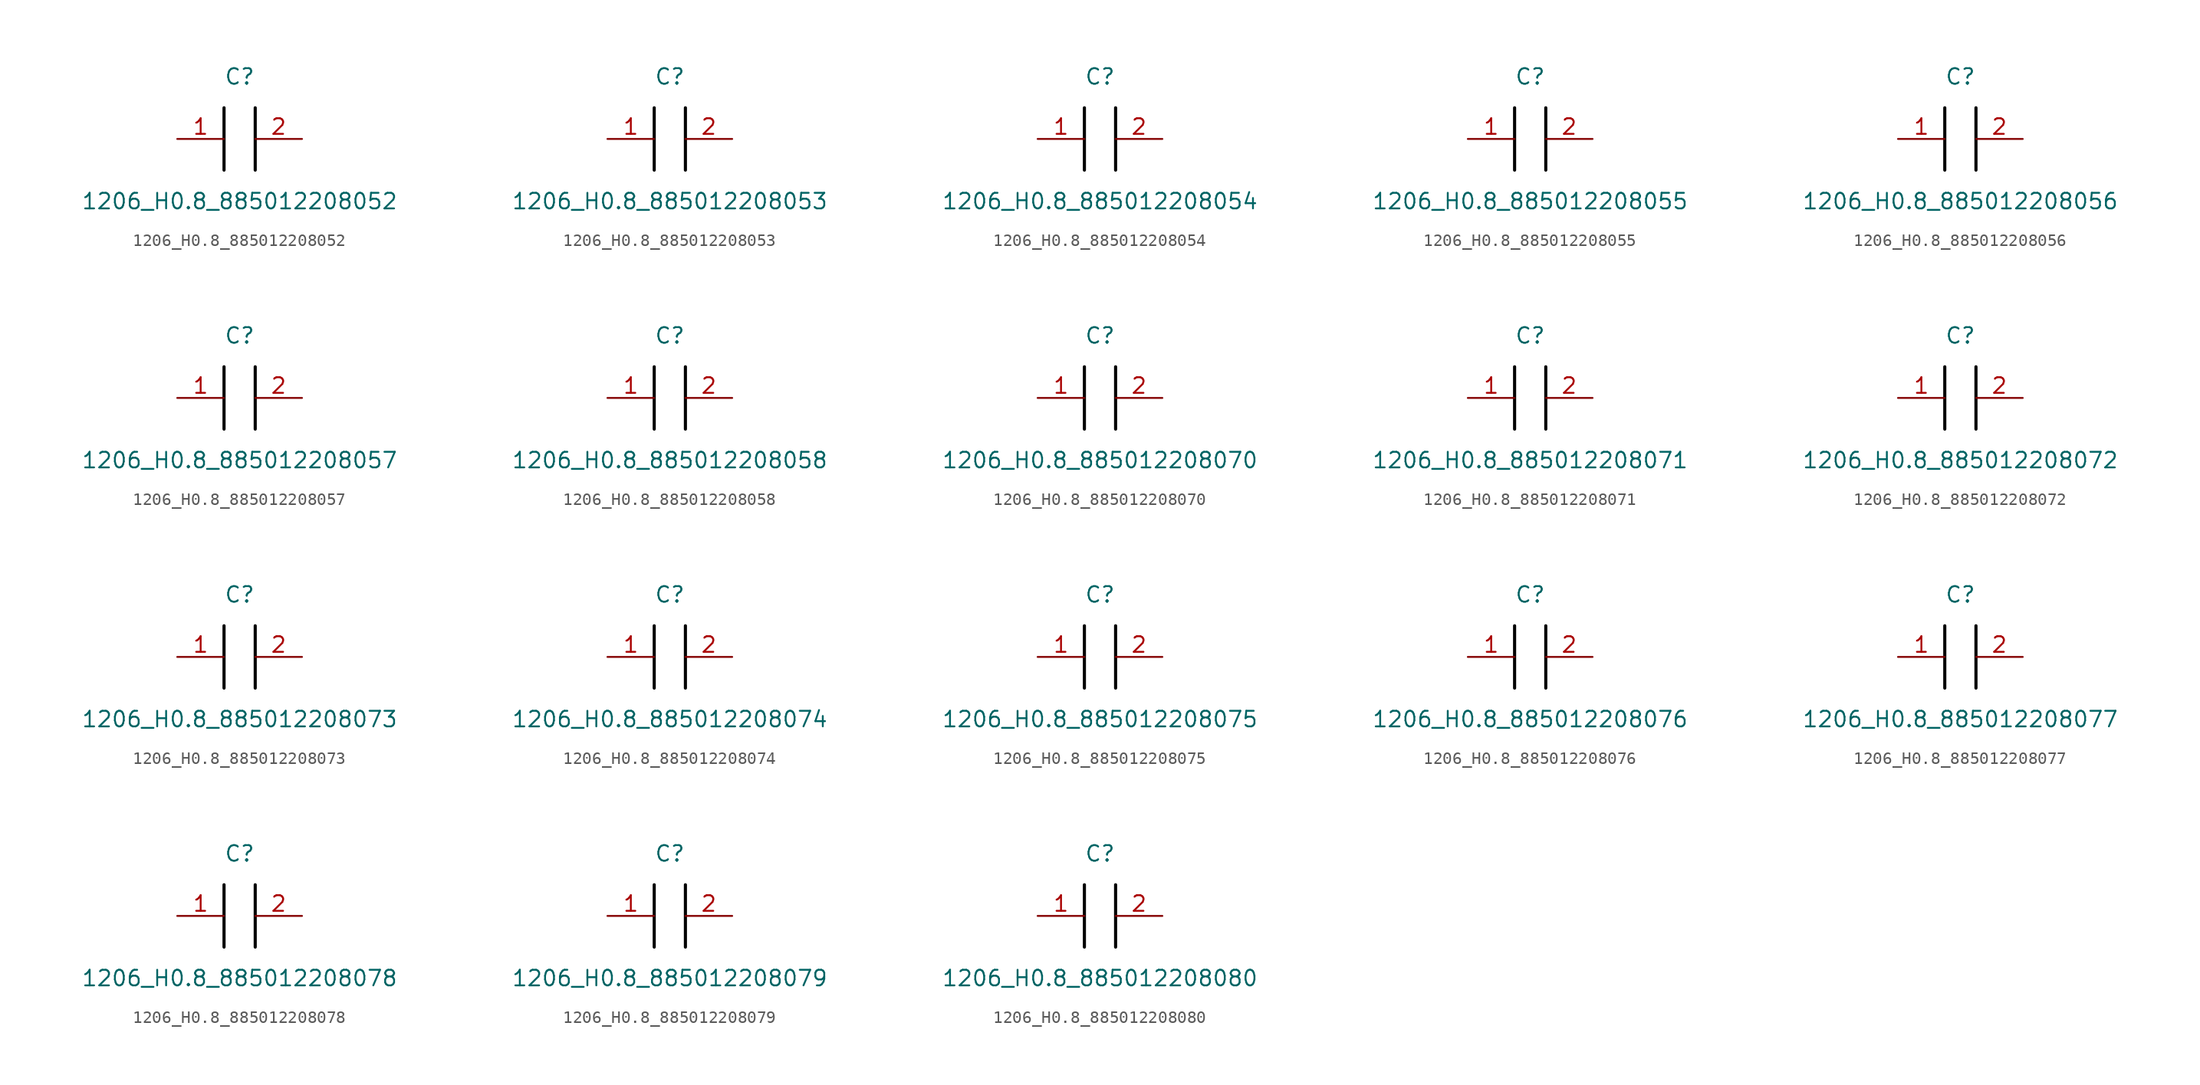
<source format=kicad_sym>
(kicad_symbol_lib
  (version 20220914)
  (generator kicad_symbol_editor)
  (symbol "1206_H0.8_885012208052"
    (pin_names hide)
    (property "Reference" "C"
      (at 0 5.08 0)
      (effects (font (size 1.27 1.27))))
    (property "Value" "1206_H0.8_885012208052"
      (at 0 -5.08 0)
      (effects (font (size 1.27 1.27))))
    (symbol "1206_H0.8_885012208052_1_1"
      (polyline (pts (xy -1.27 2.54) (xy -1.27 -2.54)) (stroke (width 0.254) (type default) (color 0 0 0 1)) (fill (type none)))
      (polyline (pts (xy 1.27 2.54) (xy 1.27 -2.54)) (stroke (width 0.254) (type default) (color 0 0 0 1)) (fill (type none)))
      (pin passive line (at -5.08 0 0) (length 3.81) (name "1" (effects (font (size 1.27 1.27)))) (number "1" (effects (font (size 1.27 1.27)))))
      (pin passive line (at 5.08 0 180) (length 3.81) (name "2" (effects (font (size 1.27 1.27)))) (number "2" (effects (font (size 1.27 1.27)))))))
  (symbol "1206_H0.8_885012208053"
    (pin_names hide)
    (property "Reference" "C"
      (at 0 5.08 0)
      (effects (font (size 1.27 1.27))))
    (property "Value" "1206_H0.8_885012208053"
      (at 0 -5.08 0)
      (effects (font (size 1.27 1.27))))
    (symbol "1206_H0.8_885012208053_1_1"
      (polyline (pts (xy -1.27 2.54) (xy -1.27 -2.54)) (stroke (width 0.254) (type default) (color 0 0 0 1)) (fill (type none)))
      (polyline (pts (xy 1.27 2.54) (xy 1.27 -2.54)) (stroke (width 0.254) (type default) (color 0 0 0 1)) (fill (type none)))
      (pin passive line (at -5.08 0 0) (length 3.81) (name "1" (effects (font (size 1.27 1.27)))) (number "1" (effects (font (size 1.27 1.27)))))
      (pin passive line (at 5.08 0 180) (length 3.81) (name "2" (effects (font (size 1.27 1.27)))) (number "2" (effects (font (size 1.27 1.27)))))))
  (symbol "1206_H0.8_885012208054"
    (pin_names hide)
    (property "Reference" "C"
      (at 0 5.08 0)
      (effects (font (size 1.27 1.27))))
    (property "Value" "1206_H0.8_885012208054"
      (at 0 -5.08 0)
      (effects (font (size 1.27 1.27))))
    (symbol "1206_H0.8_885012208054_1_1"
      (polyline (pts (xy -1.27 2.54) (xy -1.27 -2.54)) (stroke (width 0.254) (type default) (color 0 0 0 1)) (fill (type none)))
      (polyline (pts (xy 1.27 2.54) (xy 1.27 -2.54)) (stroke (width 0.254) (type default) (color 0 0 0 1)) (fill (type none)))
      (pin passive line (at -5.08 0 0) (length 3.81) (name "1" (effects (font (size 1.27 1.27)))) (number "1" (effects (font (size 1.27 1.27)))))
      (pin passive line (at 5.08 0 180) (length 3.81) (name "2" (effects (font (size 1.27 1.27)))) (number "2" (effects (font (size 1.27 1.27)))))))
  (symbol "1206_H0.8_885012208055"
    (pin_names hide)
    (property "Reference" "C"
      (at 0 5.08 0)
      (effects (font (size 1.27 1.27))))
    (property "Value" "1206_H0.8_885012208055"
      (at 0 -5.08 0)
      (effects (font (size 1.27 1.27))))
    (symbol "1206_H0.8_885012208055_1_1"
      (polyline (pts (xy -1.27 2.54) (xy -1.27 -2.54)) (stroke (width 0.254) (type default) (color 0 0 0 1)) (fill (type none)))
      (polyline (pts (xy 1.27 2.54) (xy 1.27 -2.54)) (stroke (width 0.254) (type default) (color 0 0 0 1)) (fill (type none)))
      (pin passive line (at -5.08 0 0) (length 3.81) (name "1" (effects (font (size 1.27 1.27)))) (number "1" (effects (font (size 1.27 1.27)))))
      (pin passive line (at 5.08 0 180) (length 3.81) (name "2" (effects (font (size 1.27 1.27)))) (number "2" (effects (font (size 1.27 1.27)))))))
  (symbol "1206_H0.8_885012208056"
    (pin_names hide)
    (property "Reference" "C"
      (at 0 5.08 0)
      (effects (font (size 1.27 1.27))))
    (property "Value" "1206_H0.8_885012208056"
      (at 0 -5.08 0)
      (effects (font (size 1.27 1.27))))
    (symbol "1206_H0.8_885012208056_1_1"
      (polyline (pts (xy -1.27 2.54) (xy -1.27 -2.54)) (stroke (width 0.254) (type default) (color 0 0 0 1)) (fill (type none)))
      (polyline (pts (xy 1.27 2.54) (xy 1.27 -2.54)) (stroke (width 0.254) (type default) (color 0 0 0 1)) (fill (type none)))
      (pin passive line (at -5.08 0 0) (length 3.81) (name "1" (effects (font (size 1.27 1.27)))) (number "1" (effects (font (size 1.27 1.27)))))
      (pin passive line (at 5.08 0 180) (length 3.81) (name "2" (effects (font (size 1.27 1.27)))) (number "2" (effects (font (size 1.27 1.27)))))))
  (symbol "1206_H0.8_885012208057"
    (pin_names hide)
    (property "Reference" "C"
      (at 0 5.08 0)
      (effects (font (size 1.27 1.27))))
    (property "Value" "1206_H0.8_885012208057"
      (at 0 -5.08 0)
      (effects (font (size 1.27 1.27))))
    (symbol "1206_H0.8_885012208057_1_1"
      (polyline (pts (xy -1.27 2.54) (xy -1.27 -2.54)) (stroke (width 0.254) (type default) (color 0 0 0 1)) (fill (type none)))
      (polyline (pts (xy 1.27 2.54) (xy 1.27 -2.54)) (stroke (width 0.254) (type default) (color 0 0 0 1)) (fill (type none)))
      (pin passive line (at -5.08 0 0) (length 3.81) (name "1" (effects (font (size 1.27 1.27)))) (number "1" (effects (font (size 1.27 1.27)))))
      (pin passive line (at 5.08 0 180) (length 3.81) (name "2" (effects (font (size 1.27 1.27)))) (number "2" (effects (font (size 1.27 1.27)))))))
  (symbol "1206_H0.8_885012208058"
    (pin_names hide)
    (property "Reference" "C"
      (at 0 5.08 0)
      (effects (font (size 1.27 1.27))))
    (property "Value" "1206_H0.8_885012208058"
      (at 0 -5.08 0)
      (effects (font (size 1.27 1.27))))
    (symbol "1206_H0.8_885012208058_1_1"
      (polyline (pts (xy -1.27 2.54) (xy -1.27 -2.54)) (stroke (width 0.254) (type default) (color 0 0 0 1)) (fill (type none)))
      (polyline (pts (xy 1.27 2.54) (xy 1.27 -2.54)) (stroke (width 0.254) (type default) (color 0 0 0 1)) (fill (type none)))
      (pin passive line (at -5.08 0 0) (length 3.81) (name "1" (effects (font (size 1.27 1.27)))) (number "1" (effects (font (size 1.27 1.27)))))
      (pin passive line (at 5.08 0 180) (length 3.81) (name "2" (effects (font (size 1.27 1.27)))) (number "2" (effects (font (size 1.27 1.27)))))))
  (symbol "1206_H0.8_885012208070"
    (pin_names hide)
    (property "Reference" "C"
      (at 0 5.08 0)
      (effects (font (size 1.27 1.27))))
    (property "Value" "1206_H0.8_885012208070"
      (at 0 -5.08 0)
      (effects (font (size 1.27 1.27))))
    (symbol "1206_H0.8_885012208070_1_1"
      (polyline (pts (xy -1.27 2.54) (xy -1.27 -2.54)) (stroke (width 0.254) (type default) (color 0 0 0 1)) (fill (type none)))
      (polyline (pts (xy 1.27 2.54) (xy 1.27 -2.54)) (stroke (width 0.254) (type default) (color 0 0 0 1)) (fill (type none)))
      (pin passive line (at -5.08 0 0) (length 3.81) (name "1" (effects (font (size 1.27 1.27)))) (number "1" (effects (font (size 1.27 1.27)))))
      (pin passive line (at 5.08 0 180) (length 3.81) (name "2" (effects (font (size 1.27 1.27)))) (number "2" (effects (font (size 1.27 1.27)))))))
  (symbol "1206_H0.8_885012208071"
    (pin_names hide)
    (property "Reference" "C"
      (at 0 5.08 0)
      (effects (font (size 1.27 1.27))))
    (property "Value" "1206_H0.8_885012208071"
      (at 0 -5.08 0)
      (effects (font (size 1.27 1.27))))
    (symbol "1206_H0.8_885012208071_1_1"
      (polyline (pts (xy -1.27 2.54) (xy -1.27 -2.54)) (stroke (width 0.254) (type default) (color 0 0 0 1)) (fill (type none)))
      (polyline (pts (xy 1.27 2.54) (xy 1.27 -2.54)) (stroke (width 0.254) (type default) (color 0 0 0 1)) (fill (type none)))
      (pin passive line (at -5.08 0 0) (length 3.81) (name "1" (effects (font (size 1.27 1.27)))) (number "1" (effects (font (size 1.27 1.27)))))
      (pin passive line (at 5.08 0 180) (length 3.81) (name "2" (effects (font (size 1.27 1.27)))) (number "2" (effects (font (size 1.27 1.27)))))))
  (symbol "1206_H0.8_885012208072"
    (pin_names hide)
    (property "Reference" "C"
      (at 0 5.08 0)
      (effects (font (size 1.27 1.27))))
    (property "Value" "1206_H0.8_885012208072"
      (at 0 -5.08 0)
      (effects (font (size 1.27 1.27))))
    (symbol "1206_H0.8_885012208072_1_1"
      (polyline (pts (xy -1.27 2.54) (xy -1.27 -2.54)) (stroke (width 0.254) (type default) (color 0 0 0 1)) (fill (type none)))
      (polyline (pts (xy 1.27 2.54) (xy 1.27 -2.54)) (stroke (width 0.254) (type default) (color 0 0 0 1)) (fill (type none)))
      (pin passive line (at -5.08 0 0) (length 3.81) (name "1" (effects (font (size 1.27 1.27)))) (number "1" (effects (font (size 1.27 1.27)))))
      (pin passive line (at 5.08 0 180) (length 3.81) (name "2" (effects (font (size 1.27 1.27)))) (number "2" (effects (font (size 1.27 1.27)))))))
  (symbol "1206_H0.8_885012208073"
    (pin_names hide)
    (property "Reference" "C"
      (at 0 5.08 0)
      (effects (font (size 1.27 1.27))))
    (property "Value" "1206_H0.8_885012208073"
      (at 0 -5.08 0)
      (effects (font (size 1.27 1.27))))
    (symbol "1206_H0.8_885012208073_1_1"
      (polyline (pts (xy -1.27 2.54) (xy -1.27 -2.54)) (stroke (width 0.254) (type default) (color 0 0 0 1)) (fill (type none)))
      (polyline (pts (xy 1.27 2.54) (xy 1.27 -2.54)) (stroke (width 0.254) (type default) (color 0 0 0 1)) (fill (type none)))
      (pin passive line (at -5.08 0 0) (length 3.81) (name "1" (effects (font (size 1.27 1.27)))) (number "1" (effects (font (size 1.27 1.27)))))
      (pin passive line (at 5.08 0 180) (length 3.81) (name "2" (effects (font (size 1.27 1.27)))) (number "2" (effects (font (size 1.27 1.27)))))))
  (symbol "1206_H0.8_885012208074"
    (pin_names hide)
    (property "Reference" "C"
      (at 0 5.08 0)
      (effects (font (size 1.27 1.27))))
    (property "Value" "1206_H0.8_885012208074"
      (at 0 -5.08 0)
      (effects (font (size 1.27 1.27))))
    (symbol "1206_H0.8_885012208074_1_1"
      (polyline (pts (xy -1.27 2.54) (xy -1.27 -2.54)) (stroke (width 0.254) (type default) (color 0 0 0 1)) (fill (type none)))
      (polyline (pts (xy 1.27 2.54) (xy 1.27 -2.54)) (stroke (width 0.254) (type default) (color 0 0 0 1)) (fill (type none)))
      (pin passive line (at -5.08 0 0) (length 3.81) (name "1" (effects (font (size 1.27 1.27)))) (number "1" (effects (font (size 1.27 1.27)))))
      (pin passive line (at 5.08 0 180) (length 3.81) (name "2" (effects (font (size 1.27 1.27)))) (number "2" (effects (font (size 1.27 1.27)))))))
  (symbol "1206_H0.8_885012208075"
    (pin_names hide)
    (property "Reference" "C"
      (at 0 5.08 0)
      (effects (font (size 1.27 1.27))))
    (property "Value" "1206_H0.8_885012208075"
      (at 0 -5.08 0)
      (effects (font (size 1.27 1.27))))
    (symbol "1206_H0.8_885012208075_1_1"
      (polyline (pts (xy -1.27 2.54) (xy -1.27 -2.54)) (stroke (width 0.254) (type default) (color 0 0 0 1)) (fill (type none)))
      (polyline (pts (xy 1.27 2.54) (xy 1.27 -2.54)) (stroke (width 0.254) (type default) (color 0 0 0 1)) (fill (type none)))
      (pin passive line (at -5.08 0 0) (length 3.81) (name "1" (effects (font (size 1.27 1.27)))) (number "1" (effects (font (size 1.27 1.27)))))
      (pin passive line (at 5.08 0 180) (length 3.81) (name "2" (effects (font (size 1.27 1.27)))) (number "2" (effects (font (size 1.27 1.27)))))))
  (symbol "1206_H0.8_885012208076"
    (pin_names hide)
    (property "Reference" "C"
      (at 0 5.08 0)
      (effects (font (size 1.27 1.27))))
    (property "Value" "1206_H0.8_885012208076"
      (at 0 -5.08 0)
      (effects (font (size 1.27 1.27))))
    (symbol "1206_H0.8_885012208076_1_1"
      (polyline (pts (xy -1.27 2.54) (xy -1.27 -2.54)) (stroke (width 0.254) (type default) (color 0 0 0 1)) (fill (type none)))
      (polyline (pts (xy 1.27 2.54) (xy 1.27 -2.54)) (stroke (width 0.254) (type default) (color 0 0 0 1)) (fill (type none)))
      (pin passive line (at -5.08 0 0) (length 3.81) (name "1" (effects (font (size 1.27 1.27)))) (number "1" (effects (font (size 1.27 1.27)))))
      (pin passive line (at 5.08 0 180) (length 3.81) (name "2" (effects (font (size 1.27 1.27)))) (number "2" (effects (font (size 1.27 1.27)))))))
  (symbol "1206_H0.8_885012208077"
    (pin_names hide)
    (property "Reference" "C"
      (at 0 5.08 0)
      (effects (font (size 1.27 1.27))))
    (property "Value" "1206_H0.8_885012208077"
      (at 0 -5.08 0)
      (effects (font (size 1.27 1.27))))
    (symbol "1206_H0.8_885012208077_1_1"
      (polyline (pts (xy -1.27 2.54) (xy -1.27 -2.54)) (stroke (width 0.254) (type default) (color 0 0 0 1)) (fill (type none)))
      (polyline (pts (xy 1.27 2.54) (xy 1.27 -2.54)) (stroke (width 0.254) (type default) (color 0 0 0 1)) (fill (type none)))
      (pin passive line (at -5.08 0 0) (length 3.81) (name "1" (effects (font (size 1.27 1.27)))) (number "1" (effects (font (size 1.27 1.27)))))
      (pin passive line (at 5.08 0 180) (length 3.81) (name "2" (effects (font (size 1.27 1.27)))) (number "2" (effects (font (size 1.27 1.27)))))))
  (symbol "1206_H0.8_885012208078"
    (pin_names hide)
    (property "Reference" "C"
      (at 0 5.08 0)
      (effects (font (size 1.27 1.27))))
    (property "Value" "1206_H0.8_885012208078"
      (at 0 -5.08 0)
      (effects (font (size 1.27 1.27))))
    (symbol "1206_H0.8_885012208078_1_1"
      (polyline (pts (xy -1.27 2.54) (xy -1.27 -2.54)) (stroke (width 0.254) (type default) (color 0 0 0 1)) (fill (type none)))
      (polyline (pts (xy 1.27 2.54) (xy 1.27 -2.54)) (stroke (width 0.254) (type default) (color 0 0 0 1)) (fill (type none)))
      (pin passive line (at -5.08 0 0) (length 3.81) (name "1" (effects (font (size 1.27 1.27)))) (number "1" (effects (font (size 1.27 1.27)))))
      (pin passive line (at 5.08 0 180) (length 3.81) (name "2" (effects (font (size 1.27 1.27)))) (number "2" (effects (font (size 1.27 1.27)))))))
  (symbol "1206_H0.8_885012208079"
    (pin_names hide)
    (property "Reference" "C"
      (at 0 5.08 0)
      (effects (font (size 1.27 1.27))))
    (property "Value" "1206_H0.8_885012208079"
      (at 0 -5.08 0)
      (effects (font (size 1.27 1.27))))
    (symbol "1206_H0.8_885012208079_1_1"
      (polyline (pts (xy -1.27 2.54) (xy -1.27 -2.54)) (stroke (width 0.254) (type default) (color 0 0 0 1)) (fill (type none)))
      (polyline (pts (xy 1.27 2.54) (xy 1.27 -2.54)) (stroke (width 0.254) (type default) (color 0 0 0 1)) (fill (type none)))
      (pin passive line (at -5.08 0 0) (length 3.81) (name "1" (effects (font (size 1.27 1.27)))) (number "1" (effects (font (size 1.27 1.27)))))
      (pin passive line (at 5.08 0 180) (length 3.81) (name "2" (effects (font (size 1.27 1.27)))) (number "2" (effects (font (size 1.27 1.27)))))))
  (symbol "1206_H0.8_885012208080"
    (pin_names hide)
    (property "Reference" "C"
      (at 0 5.08 0)
      (effects (font (size 1.27 1.27))))
    (property "Value" "1206_H0.8_885012208080"
      (at 0 -5.08 0)
      (effects (font (size 1.27 1.27))))
    (symbol "1206_H0.8_885012208080_1_1"
      (polyline (pts (xy -1.27 2.54) (xy -1.27 -2.54)) (stroke (width 0.254) (type default) (color 0 0 0 1)) (fill (type none)))
      (polyline (pts (xy 1.27 2.54) (xy 1.27 -2.54)) (stroke (width 0.254) (type default) (color 0 0 0 1)) (fill (type none)))
      (pin passive line (at -5.08 0 0) (length 3.81) (name "1" (effects (font (size 1.27 1.27)))) (number "1" (effects (font (size 1.27 1.27)))))
      (pin passive line (at 5.08 0 180) (length 3.81) (name "2" (effects (font (size 1.27 1.27)))) (number "2" (effects (font (size 1.27 1.27))))))))
</source>
